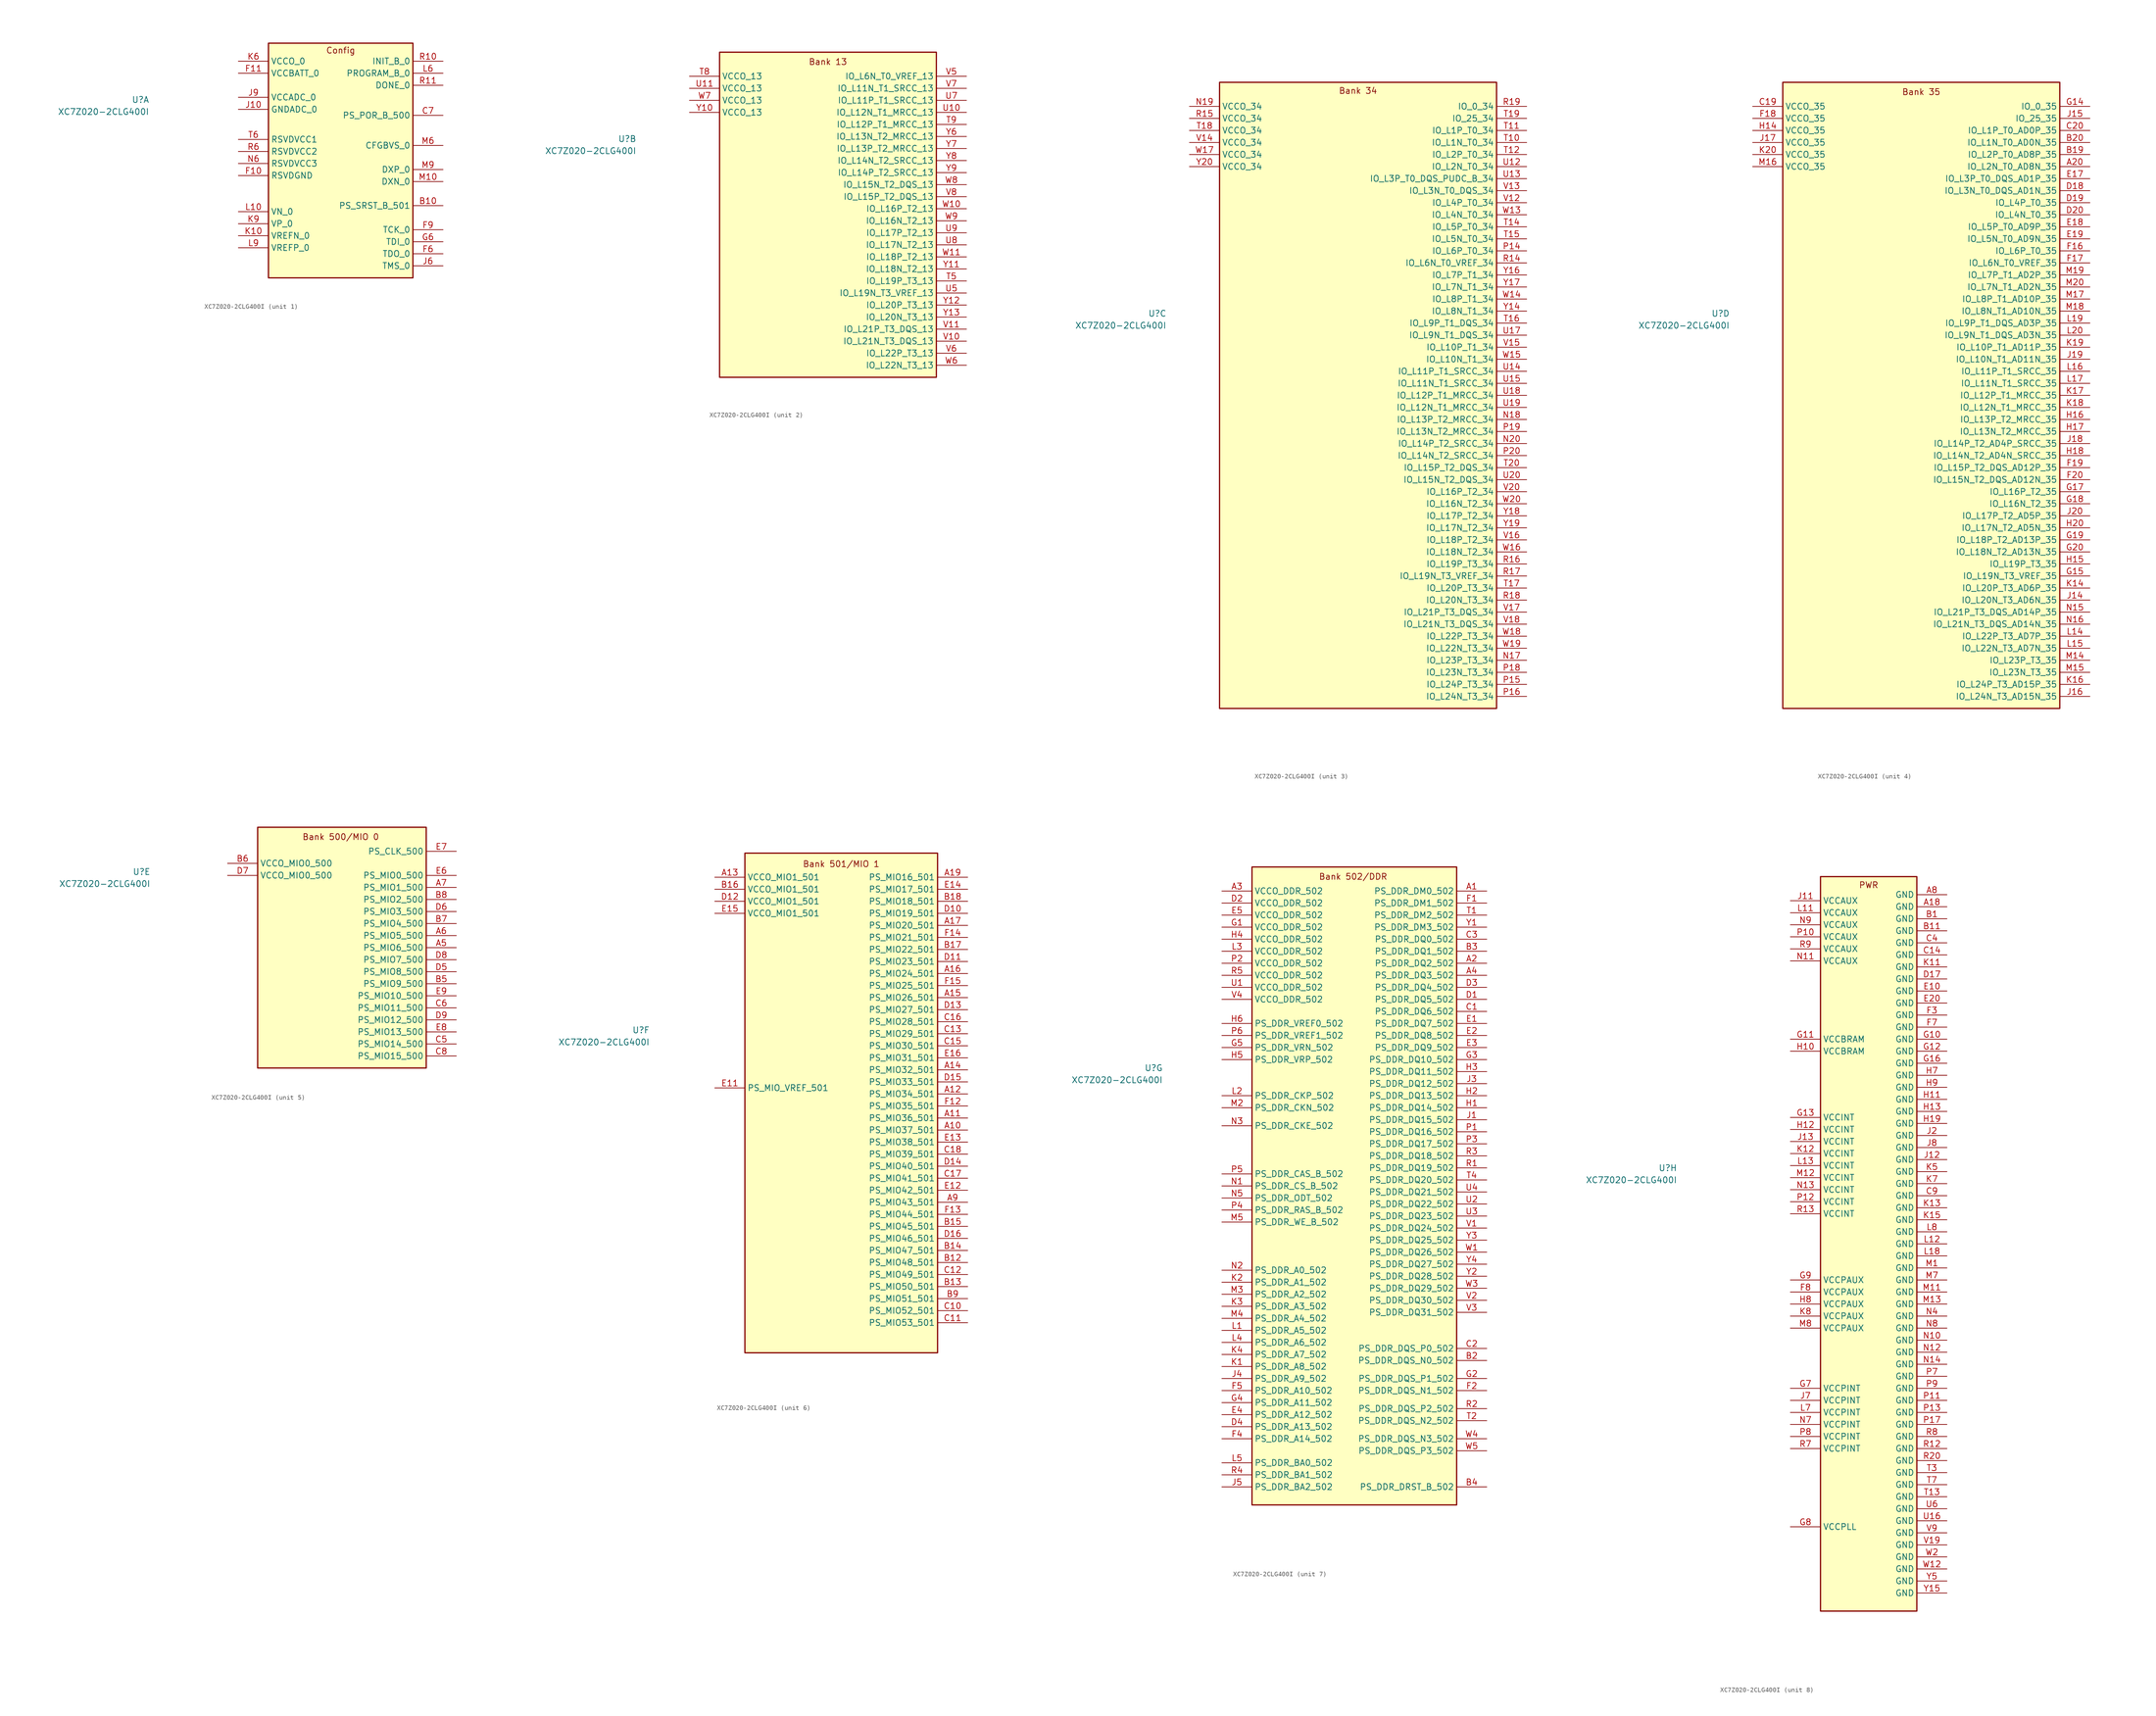
<source format=kicad_sym>
(kicad_symbol_lib
  (version 20241209)
  (generator "kicad_symbol_editor")
  (generator_version "9.0")
  (symbol "XC7Z020-2CLG400I"
    (property "Reference" "U"
      (at -40.386 17.272 0)
      (effects (font (size 1.27 1.27)) (justify right)))
    (property "Value" "XC7Z020-2CLG400I"
      (at -40.386 14.732 0)
      (effects (font (size 1.27 1.27)) (justify right)))
    (property "ki_locked" ""
      (at 0 0 0)
      (effects (font (size 1.27 1.27))))
    (symbol "XC7Z020-2CLG400I_1_1"
      (rectangle (start -15.24 29.21) (end 15.24 -20.32) (stroke (width 0.254) (type solid)) (fill (type background)))
      (text "Config" (at 0 27.686 0) (effects (font (size 1.27 1.27))))
      (pin power_in line (at -21.59 25.4 0) (length 6.35) (name "VCCO_0" (effects (font (size 1.27 1.27)))) (number "K6" (effects (font (size 1.27 1.27)))))
      (pin power_in line (at -21.59 22.86 0) (length 6.35) (name "VCCBATT_0" (effects (font (size 1.27 1.27)))) (number "F11" (effects (font (size 1.27 1.27)))))
      (pin power_in line (at -21.59 17.78 0) (length 6.35) (name "VCCADC_0" (effects (font (size 1.27 1.27)))) (number "J9" (effects (font (size 1.27 1.27)))))
      (pin power_in line (at -21.59 15.24 0) (length 6.35) (name "GNDADC_0" (effects (font (size 1.27 1.27)))) (number "J10" (effects (font (size 1.27 1.27)))))
      (pin bidirectional line (at -21.59 8.89 0) (length 6.35) (name "RSVDVCC1" (effects (font (size 1.27 1.27)))) (number "T6" (effects (font (size 1.27 1.27)))))
      (pin bidirectional line (at -21.59 6.35 0) (length 6.35) (name "RSVDVCC2" (effects (font (size 1.27 1.27)))) (number "R6" (effects (font (size 1.27 1.27)))))
      (pin bidirectional line (at -21.59 3.81 0) (length 6.35) (name "RSVDVCC3" (effects (font (size 1.27 1.27)))) (number "N6" (effects (font (size 1.27 1.27)))))
      (pin bidirectional line (at -21.59 1.27 0) (length 6.35) (name "RSVDGND" (effects (font (size 1.27 1.27)))) (number "F10" (effects (font (size 1.27 1.27)))))
      (pin power_in line (at -21.59 -6.35 0) (length 6.35) (name "VN_0" (effects (font (size 1.27 1.27)))) (number "L10" (effects (font (size 1.27 1.27)))))
      (pin power_in line (at -21.59 -8.89 0) (length 6.35) (name "VP_0" (effects (font (size 1.27 1.27)))) (number "K9" (effects (font (size 1.27 1.27)))))
      (pin power_in line (at -21.59 -11.43 0) (length 6.35) (name "VREFN_0" (effects (font (size 1.27 1.27)))) (number "K10" (effects (font (size 1.27 1.27)))))
      (pin power_in line (at -21.59 -13.97 0) (length 6.35) (name "VREFP_0" (effects (font (size 1.27 1.27)))) (number "L9" (effects (font (size 1.27 1.27)))))
      (pin bidirectional line (at 21.59 25.4 180) (length 6.35) (name "INIT_B_0" (effects (font (size 1.27 1.27)))) (number "R10" (effects (font (size 1.27 1.27)))))
      (pin bidirectional line (at 21.59 22.86 180) (length 6.35) (name "PROGRAM_B_0" (effects (font (size 1.27 1.27)))) (number "L6" (effects (font (size 1.27 1.27)))))
      (pin bidirectional line (at 21.59 20.32 180) (length 6.35) (name "DONE_0" (effects (font (size 1.27 1.27)))) (number "R11" (effects (font (size 1.27 1.27)))))
      (pin bidirectional line (at 21.59 13.97 180) (length 6.35) (name "PS_POR_B_500" (effects (font (size 1.27 1.27)))) (number "C7" (effects (font (size 1.27 1.27)))))
      (pin bidirectional line (at 21.59 7.62 180) (length 6.35) (name "CFGBVS_0" (effects (font (size 1.27 1.27)))) (number "M6" (effects (font (size 1.27 1.27)))))
      (pin bidirectional line (at 21.59 2.54 180) (length 6.35) (name "DXP_0" (effects (font (size 1.27 1.27)))) (number "M9" (effects (font (size 1.27 1.27)))))
      (pin bidirectional line (at 21.59 0 180) (length 6.35) (name "DXN_0" (effects (font (size 1.27 1.27)))) (number "M10" (effects (font (size 1.27 1.27)))))
      (pin bidirectional line (at 21.59 -5.08 180) (length 6.35) (name "PS_SRST_B_501" (effects (font (size 1.27 1.27)))) (number "B10" (effects (font (size 1.27 1.27)))))
      (pin bidirectional line (at 21.59 -10.16 180) (length 6.35) (name "TCK_0" (effects (font (size 1.27 1.27)))) (number "F9" (effects (font (size 1.27 1.27)))))
      (pin bidirectional line (at 21.59 -12.7 180) (length 6.35) (name "TDI_0" (effects (font (size 1.27 1.27)))) (number "G6" (effects (font (size 1.27 1.27)))))
      (pin bidirectional line (at 21.59 -15.24 180) (length 6.35) (name "TDO_0" (effects (font (size 1.27 1.27)))) (number "F6" (effects (font (size 1.27 1.27)))))
      (pin bidirectional line (at 21.59 -17.78 180) (length 6.35) (name "TMS_0" (effects (font (size 1.27 1.27)))) (number "J6" (effects (font (size 1.27 1.27))))))
    (symbol "XC7Z020-2CLG400I_2_1"
      (rectangle (start -22.86 35.56) (end 22.86 -33.02) (stroke (width 0.254) (type solid)) (fill (type background)))
      (text "Bank 13" (at 0 33.528 0) (effects (font (size 1.27 1.27))))
      (pin power_in line (at -29.21 30.48 0) (length 6.35) (name "VCCO_13" (effects (font (size 1.27 1.27)))) (number "T8" (effects (font (size 1.27 1.27)))))
      (pin power_in line (at -29.21 27.94 0) (length 6.35) (name "VCCO_13" (effects (font (size 1.27 1.27)))) (number "U11" (effects (font (size 1.27 1.27)))))
      (pin power_in line (at -29.21 25.4 0) (length 6.35) (name "VCCO_13" (effects (font (size 1.27 1.27)))) (number "W7" (effects (font (size 1.27 1.27)))))
      (pin power_in line (at -29.21 22.86 0) (length 6.35) (name "VCCO_13" (effects (font (size 1.27 1.27)))) (number "Y10" (effects (font (size 1.27 1.27)))))
      (pin bidirectional line (at 29.21 30.48 180) (length 6.35) (name "IO_L6N_T0_VREF_13" (effects (font (size 1.27 1.27)))) (number "V5" (effects (font (size 1.27 1.27)))))
      (pin bidirectional line (at 29.21 27.94 180) (length 6.35) (name "IO_L11N_T1_SRCC_13" (effects (font (size 1.27 1.27)))) (number "V7" (effects (font (size 1.27 1.27)))))
      (pin bidirectional line (at 29.21 25.4 180) (length 6.35) (name "IO_L11P_T1_SRCC_13" (effects (font (size 1.27 1.27)))) (number "U7" (effects (font (size 1.27 1.27)))))
      (pin bidirectional line (at 29.21 22.86 180) (length 6.35) (name "IO_L12N_T1_MRCC_13" (effects (font (size 1.27 1.27)))) (number "U10" (effects (font (size 1.27 1.27)))))
      (pin bidirectional line (at 29.21 20.32 180) (length 6.35) (name "IO_L12P_T1_MRCC_13" (effects (font (size 1.27 1.27)))) (number "T9" (effects (font (size 1.27 1.27)))))
      (pin bidirectional line (at 29.21 17.78 180) (length 6.35) (name "IO_L13N_T2_MRCC_13" (effects (font (size 1.27 1.27)))) (number "Y6" (effects (font (size 1.27 1.27)))))
      (pin bidirectional line (at 29.21 15.24 180) (length 6.35) (name "IO_L13P_T2_MRCC_13" (effects (font (size 1.27 1.27)))) (number "Y7" (effects (font (size 1.27 1.27)))))
      (pin bidirectional line (at 29.21 12.7 180) (length 6.35) (name "IO_L14N_T2_SRCC_13" (effects (font (size 1.27 1.27)))) (number "Y8" (effects (font (size 1.27 1.27)))))
      (pin bidirectional line (at 29.21 10.16 180) (length 6.35) (name "IO_L14P_T2_SRCC_13" (effects (font (size 1.27 1.27)))) (number "Y9" (effects (font (size 1.27 1.27)))))
      (pin bidirectional line (at 29.21 7.62 180) (length 6.35) (name "IO_L15N_T2_DQS_13" (effects (font (size 1.27 1.27)))) (number "W8" (effects (font (size 1.27 1.27)))))
      (pin bidirectional line (at 29.21 5.08 180) (length 6.35) (name "IO_L15P_T2_DQS_13" (effects (font (size 1.27 1.27)))) (number "V8" (effects (font (size 1.27 1.27)))))
      (pin bidirectional line (at 29.21 2.54 180) (length 6.35) (name "IO_L16P_T2_13" (effects (font (size 1.27 1.27)))) (number "W10" (effects (font (size 1.27 1.27)))))
      (pin bidirectional line (at 29.21 0 180) (length 6.35) (name "IO_L16N_T2_13" (effects (font (size 1.27 1.27)))) (number "W9" (effects (font (size 1.27 1.27)))))
      (pin bidirectional line (at 29.21 -2.54 180) (length 6.35) (name "IO_L17P_T2_13" (effects (font (size 1.27 1.27)))) (number "U9" (effects (font (size 1.27 1.27)))))
      (pin bidirectional line (at 29.21 -5.08 180) (length 6.35) (name "IO_L17N_T2_13" (effects (font (size 1.27 1.27)))) (number "U8" (effects (font (size 1.27 1.27)))))
      (pin bidirectional line (at 29.21 -7.62 180) (length 6.35) (name "IO_L18P_T2_13" (effects (font (size 1.27 1.27)))) (number "W11" (effects (font (size 1.27 1.27)))))
      (pin bidirectional line (at 29.21 -10.16 180) (length 6.35) (name "IO_L18N_T2_13" (effects (font (size 1.27 1.27)))) (number "Y11" (effects (font (size 1.27 1.27)))))
      (pin bidirectional line (at 29.21 -12.7 180) (length 6.35) (name "IO_L19P_T3_13" (effects (font (size 1.27 1.27)))) (number "T5" (effects (font (size 1.27 1.27)))))
      (pin bidirectional line (at 29.21 -15.24 180) (length 6.35) (name "IO_L19N_T3_VREF_13" (effects (font (size 1.27 1.27)))) (number "U5" (effects (font (size 1.27 1.27)))))
      (pin bidirectional line (at 29.21 -17.78 180) (length 6.35) (name "IO_L20P_T3_13" (effects (font (size 1.27 1.27)))) (number "Y12" (effects (font (size 1.27 1.27)))))
      (pin bidirectional line (at 29.21 -20.32 180) (length 6.35) (name "IO_L20N_T3_13" (effects (font (size 1.27 1.27)))) (number "Y13" (effects (font (size 1.27 1.27)))))
      (pin bidirectional line (at 29.21 -22.86 180) (length 6.35) (name "IO_L21P_T3_DQS_13" (effects (font (size 1.27 1.27)))) (number "V11" (effects (font (size 1.27 1.27)))))
      (pin bidirectional line (at 29.21 -25.4 180) (length 6.35) (name "IO_L21N_T3_DQS_13" (effects (font (size 1.27 1.27)))) (number "V10" (effects (font (size 1.27 1.27)))))
      (pin bidirectional line (at 29.21 -27.94 180) (length 6.35) (name "IO_L22P_T3_13" (effects (font (size 1.27 1.27)))) (number "V6" (effects (font (size 1.27 1.27)))))
      (pin bidirectional line (at 29.21 -30.48 180) (length 6.35) (name "IO_L22N_T3_13" (effects (font (size 1.27 1.27)))) (number "W6" (effects (font (size 1.27 1.27))))))
    (symbol "XC7Z020-2CLG400I_3_1"
      (rectangle (start -29.21 66.04) (end 29.21 -66.04) (stroke (width 0.254) (type solid)) (fill (type background)))
      (text "Bank 34" (at 0 64.262 0) (effects (font (size 1.27 1.27))))
      (pin power_in line (at -35.56 60.96 0) (length 6.35) (name "VCCO_34" (effects (font (size 1.27 1.27)))) (number "N19" (effects (font (size 1.27 1.27)))))
      (pin power_in line (at -35.56 58.42 0) (length 6.35) (name "VCCO_34" (effects (font (size 1.27 1.27)))) (number "R15" (effects (font (size 1.27 1.27)))))
      (pin power_in line (at -35.56 55.88 0) (length 6.35) (name "VCCO_34" (effects (font (size 1.27 1.27)))) (number "T18" (effects (font (size 1.27 1.27)))))
      (pin power_in line (at -35.56 53.34 0) (length 6.35) (name "VCCO_34" (effects (font (size 1.27 1.27)))) (number "V14" (effects (font (size 1.27 1.27)))))
      (pin power_in line (at -35.56 50.8 0) (length 6.35) (name "VCCO_34" (effects (font (size 1.27 1.27)))) (number "W17" (effects (font (size 1.27 1.27)))))
      (pin power_in line (at -35.56 48.26 0) (length 6.35) (name "VCCO_34" (effects (font (size 1.27 1.27)))) (number "Y20" (effects (font (size 1.27 1.27)))))
      (pin bidirectional line (at 35.56 60.96 180) (length 6.35) (name "IO_0_34" (effects (font (size 1.27 1.27)))) (number "R19" (effects (font (size 1.27 1.27)))))
      (pin bidirectional line (at 35.56 58.42 180) (length 6.35) (name "IO_25_34" (effects (font (size 1.27 1.27)))) (number "T19" (effects (font (size 1.27 1.27)))))
      (pin bidirectional line (at 35.56 55.88 180) (length 6.35) (name "IO_L1P_T0_34" (effects (font (size 1.27 1.27)))) (number "T11" (effects (font (size 1.27 1.27)))))
      (pin bidirectional line (at 35.56 53.34 180) (length 6.35) (name "IO_L1N_T0_34" (effects (font (size 1.27 1.27)))) (number "T10" (effects (font (size 1.27 1.27)))))
      (pin bidirectional line (at 35.56 50.8 180) (length 6.35) (name "IO_L2P_T0_34" (effects (font (size 1.27 1.27)))) (number "T12" (effects (font (size 1.27 1.27)))))
      (pin bidirectional line (at 35.56 48.26 180) (length 6.35) (name "IO_L2N_T0_34" (effects (font (size 1.27 1.27)))) (number "U12" (effects (font (size 1.27 1.27)))))
      (pin bidirectional line (at 35.56 45.72 180) (length 6.35) (name "IO_L3P_T0_DQS_PUDC_B_34" (effects (font (size 1.27 1.27)))) (number "U13" (effects (font (size 1.27 1.27)))))
      (pin bidirectional line (at 35.56 43.18 180) (length 6.35) (name "IO_L3N_T0_DQS_34" (effects (font (size 1.27 1.27)))) (number "V13" (effects (font (size 1.27 1.27)))))
      (pin bidirectional line (at 35.56 40.64 180) (length 6.35) (name "IO_L4P_T0_34" (effects (font (size 1.27 1.27)))) (number "V12" (effects (font (size 1.27 1.27)))))
      (pin bidirectional line (at 35.56 38.1 180) (length 6.35) (name "IO_L4N_T0_34" (effects (font (size 1.27 1.27)))) (number "W13" (effects (font (size 1.27 1.27)))))
      (pin bidirectional line (at 35.56 35.56 180) (length 6.35) (name "IO_L5P_T0_34" (effects (font (size 1.27 1.27)))) (number "T14" (effects (font (size 1.27 1.27)))))
      (pin bidirectional line (at 35.56 33.02 180) (length 6.35) (name "IO_L5N_T0_34" (effects (font (size 1.27 1.27)))) (number "T15" (effects (font (size 1.27 1.27)))))
      (pin bidirectional line (at 35.56 30.48 180) (length 6.35) (name "IO_L6P_T0_34" (effects (font (size 1.27 1.27)))) (number "P14" (effects (font (size 1.27 1.27)))))
      (pin bidirectional line (at 35.56 27.94 180) (length 6.35) (name "IO_L6N_T0_VREF_34" (effects (font (size 1.27 1.27)))) (number "R14" (effects (font (size 1.27 1.27)))))
      (pin bidirectional line (at 35.56 25.4 180) (length 6.35) (name "IO_L7P_T1_34" (effects (font (size 1.27 1.27)))) (number "Y16" (effects (font (size 1.27 1.27)))))
      (pin bidirectional line (at 35.56 22.86 180) (length 6.35) (name "IO_L7N_T1_34" (effects (font (size 1.27 1.27)))) (number "Y17" (effects (font (size 1.27 1.27)))))
      (pin bidirectional line (at 35.56 20.32 180) (length 6.35) (name "IO_L8P_T1_34" (effects (font (size 1.27 1.27)))) (number "W14" (effects (font (size 1.27 1.27)))))
      (pin bidirectional line (at 35.56 17.78 180) (length 6.35) (name "IO_L8N_T1_34" (effects (font (size 1.27 1.27)))) (number "Y14" (effects (font (size 1.27 1.27)))))
      (pin bidirectional line (at 35.56 15.24 180) (length 6.35) (name "IO_L9P_T1_DQS_34" (effects (font (size 1.27 1.27)))) (number "T16" (effects (font (size 1.27 1.27)))))
      (pin bidirectional line (at 35.56 12.7 180) (length 6.35) (name "IO_L9N_T1_DQS_34" (effects (font (size 1.27 1.27)))) (number "U17" (effects (font (size 1.27 1.27)))))
      (pin bidirectional line (at 35.56 10.16 180) (length 6.35) (name "IO_L10P_T1_34" (effects (font (size 1.27 1.27)))) (number "V15" (effects (font (size 1.27 1.27)))))
      (pin bidirectional line (at 35.56 7.62 180) (length 6.35) (name "IO_L10N_T1_34" (effects (font (size 1.27 1.27)))) (number "W15" (effects (font (size 1.27 1.27)))))
      (pin bidirectional line (at 35.56 5.08 180) (length 6.35) (name "IO_L11P_T1_SRCC_34" (effects (font (size 1.27 1.27)))) (number "U14" (effects (font (size 1.27 1.27)))))
      (pin bidirectional line (at 35.56 2.54 180) (length 6.35) (name "IO_L11N_T1_SRCC_34" (effects (font (size 1.27 1.27)))) (number "U15" (effects (font (size 1.27 1.27)))))
      (pin bidirectional line (at 35.56 0 180) (length 6.35) (name "IO_L12P_T1_MRCC_34" (effects (font (size 1.27 1.27)))) (number "U18" (effects (font (size 1.27 1.27)))))
      (pin bidirectional line (at 35.56 -2.54 180) (length 6.35) (name "IO_L12N_T1_MRCC_34" (effects (font (size 1.27 1.27)))) (number "U19" (effects (font (size 1.27 1.27)))))
      (pin bidirectional line (at 35.56 -5.08 180) (length 6.35) (name "IO_L13P_T2_MRCC_34" (effects (font (size 1.27 1.27)))) (number "N18" (effects (font (size 1.27 1.27)))))
      (pin bidirectional line (at 35.56 -7.62 180) (length 6.35) (name "IO_L13N_T2_MRCC_34" (effects (font (size 1.27 1.27)))) (number "P19" (effects (font (size 1.27 1.27)))))
      (pin bidirectional line (at 35.56 -10.16 180) (length 6.35) (name "IO_L14P_T2_SRCC_34" (effects (font (size 1.27 1.27)))) (number "N20" (effects (font (size 1.27 1.27)))))
      (pin bidirectional line (at 35.56 -12.7 180) (length 6.35) (name "IO_L14N_T2_SRCC_34" (effects (font (size 1.27 1.27)))) (number "P20" (effects (font (size 1.27 1.27)))))
      (pin bidirectional line (at 35.56 -15.24 180) (length 6.35) (name "IO_L15P_T2_DQS_34" (effects (font (size 1.27 1.27)))) (number "T20" (effects (font (size 1.27 1.27)))))
      (pin bidirectional line (at 35.56 -17.78 180) (length 6.35) (name "IO_L15N_T2_DQS_34" (effects (font (size 1.27 1.27)))) (number "U20" (effects (font (size 1.27 1.27)))))
      (pin bidirectional line (at 35.56 -20.32 180) (length 6.35) (name "IO_L16P_T2_34" (effects (font (size 1.27 1.27)))) (number "V20" (effects (font (size 1.27 1.27)))))
      (pin bidirectional line (at 35.56 -22.86 180) (length 6.35) (name "IO_L16N_T2_34" (effects (font (size 1.27 1.27)))) (number "W20" (effects (font (size 1.27 1.27)))))
      (pin bidirectional line (at 35.56 -25.4 180) (length 6.35) (name "IO_L17P_T2_34" (effects (font (size 1.27 1.27)))) (number "Y18" (effects (font (size 1.27 1.27)))))
      (pin bidirectional line (at 35.56 -27.94 180) (length 6.35) (name "IO_L17N_T2_34" (effects (font (size 1.27 1.27)))) (number "Y19" (effects (font (size 1.27 1.27)))))
      (pin bidirectional line (at 35.56 -30.48 180) (length 6.35) (name "IO_L18P_T2_34" (effects (font (size 1.27 1.27)))) (number "V16" (effects (font (size 1.27 1.27)))))
      (pin bidirectional line (at 35.56 -33.02 180) (length 6.35) (name "IO_L18N_T2_34" (effects (font (size 1.27 1.27)))) (number "W16" (effects (font (size 1.27 1.27)))))
      (pin bidirectional line (at 35.56 -35.56 180) (length 6.35) (name "IO_L19P_T3_34" (effects (font (size 1.27 1.27)))) (number "R16" (effects (font (size 1.27 1.27)))))
      (pin bidirectional line (at 35.56 -38.1 180) (length 6.35) (name "IO_L19N_T3_VREF_34" (effects (font (size 1.27 1.27)))) (number "R17" (effects (font (size 1.27 1.27)))))
      (pin bidirectional line (at 35.56 -40.64 180) (length 6.35) (name "IO_L20P_T3_34" (effects (font (size 1.27 1.27)))) (number "T17" (effects (font (size 1.27 1.27)))))
      (pin bidirectional line (at 35.56 -43.18 180) (length 6.35) (name "IO_L20N_T3_34" (effects (font (size 1.27 1.27)))) (number "R18" (effects (font (size 1.27 1.27)))))
      (pin bidirectional line (at 35.56 -45.72 180) (length 6.35) (name "IO_L21P_T3_DQS_34" (effects (font (size 1.27 1.27)))) (number "V17" (effects (font (size 1.27 1.27)))))
      (pin bidirectional line (at 35.56 -48.26 180) (length 6.35) (name "IO_L21N_T3_DQS_34" (effects (font (size 1.27 1.27)))) (number "V18" (effects (font (size 1.27 1.27)))))
      (pin bidirectional line (at 35.56 -50.8 180) (length 6.35) (name "IO_L22P_T3_34" (effects (font (size 1.27 1.27)))) (number "W18" (effects (font (size 1.27 1.27)))))
      (pin bidirectional line (at 35.56 -53.34 180) (length 6.35) (name "IO_L22N_T3_34" (effects (font (size 1.27 1.27)))) (number "W19" (effects (font (size 1.27 1.27)))))
      (pin bidirectional line (at 35.56 -55.88 180) (length 6.35) (name "IO_L23P_T3_34" (effects (font (size 1.27 1.27)))) (number "N17" (effects (font (size 1.27 1.27)))))
      (pin bidirectional line (at 35.56 -58.42 180) (length 6.35) (name "IO_L23N_T3_34" (effects (font (size 1.27 1.27)))) (number "P18" (effects (font (size 1.27 1.27)))))
      (pin bidirectional line (at 35.56 -60.96 180) (length 6.35) (name "IO_L24P_T3_34" (effects (font (size 1.27 1.27)))) (number "P15" (effects (font (size 1.27 1.27)))))
      (pin bidirectional line (at 35.56 -63.5 180) (length 6.35) (name "IO_L24N_T3_34" (effects (font (size 1.27 1.27)))) (number "P16" (effects (font (size 1.27 1.27))))))
    (symbol "XC7Z020-2CLG400I_4_1"
      (rectangle (start -29.21 66.04) (end 29.21 -66.04) (stroke (width 0.254) (type solid)) (fill (type background)))
      (text "Bank 35" (at 0 64.008 0) (effects (font (size 1.27 1.27))))
      (pin power_in line (at -35.56 60.96 0) (length 6.35) (name "VCCO_35" (effects (font (size 1.27 1.27)))) (number "C19" (effects (font (size 1.27 1.27)))))
      (pin power_in line (at -35.56 58.42 0) (length 6.35) (name "VCCO_35" (effects (font (size 1.27 1.27)))) (number "F18" (effects (font (size 1.27 1.27)))))
      (pin power_in line (at -35.56 55.88 0) (length 6.35) (name "VCCO_35" (effects (font (size 1.27 1.27)))) (number "H14" (effects (font (size 1.27 1.27)))))
      (pin power_in line (at -35.56 53.34 0) (length 6.35) (name "VCCO_35" (effects (font (size 1.27 1.27)))) (number "J17" (effects (font (size 1.27 1.27)))))
      (pin power_in line (at -35.56 50.8 0) (length 6.35) (name "VCCO_35" (effects (font (size 1.27 1.27)))) (number "K20" (effects (font (size 1.27 1.27)))))
      (pin power_in line (at -35.56 48.26 0) (length 6.35) (name "VCCO_35" (effects (font (size 1.27 1.27)))) (number "M16" (effects (font (size 1.27 1.27)))))
      (pin bidirectional line (at 35.56 60.96 180) (length 6.35) (name "IO_0_35" (effects (font (size 1.27 1.27)))) (number "G14" (effects (font (size 1.27 1.27)))))
      (pin bidirectional line (at 35.56 58.42 180) (length 6.35) (name "IO_25_35" (effects (font (size 1.27 1.27)))) (number "J15" (effects (font (size 1.27 1.27)))))
      (pin bidirectional line (at 35.56 55.88 180) (length 6.35) (name "IO_L1P_T0_AD0P_35" (effects (font (size 1.27 1.27)))) (number "C20" (effects (font (size 1.27 1.27)))))
      (pin bidirectional line (at 35.56 53.34 180) (length 6.35) (name "IO_L1N_T0_AD0N_35" (effects (font (size 1.27 1.27)))) (number "B20" (effects (font (size 1.27 1.27)))))
      (pin bidirectional line (at 35.56 50.8 180) (length 6.35) (name "IO_L2P_T0_AD8P_35" (effects (font (size 1.27 1.27)))) (number "B19" (effects (font (size 1.27 1.27)))))
      (pin bidirectional line (at 35.56 48.26 180) (length 6.35) (name "IO_L2N_T0_AD8N_35" (effects (font (size 1.27 1.27)))) (number "A20" (effects (font (size 1.27 1.27)))))
      (pin bidirectional line (at 35.56 45.72 180) (length 6.35) (name "IO_L3P_T0_DQS_AD1P_35" (effects (font (size 1.27 1.27)))) (number "E17" (effects (font (size 1.27 1.27)))))
      (pin bidirectional line (at 35.56 43.18 180) (length 6.35) (name "IO_L3N_T0_DQS_AD1N_35" (effects (font (size 1.27 1.27)))) (number "D18" (effects (font (size 1.27 1.27)))))
      (pin bidirectional line (at 35.56 40.64 180) (length 6.35) (name "IO_L4P_T0_35" (effects (font (size 1.27 1.27)))) (number "D19" (effects (font (size 1.27 1.27)))))
      (pin bidirectional line (at 35.56 38.1 180) (length 6.35) (name "IO_L4N_T0_35" (effects (font (size 1.27 1.27)))) (number "D20" (effects (font (size 1.27 1.27)))))
      (pin bidirectional line (at 35.56 35.56 180) (length 6.35) (name "IO_L5P_T0_AD9P_35" (effects (font (size 1.27 1.27)))) (number "E18" (effects (font (size 1.27 1.27)))))
      (pin bidirectional line (at 35.56 33.02 180) (length 6.35) (name "IO_L5N_T0_AD9N_35" (effects (font (size 1.27 1.27)))) (number "E19" (effects (font (size 1.27 1.27)))))
      (pin bidirectional line (at 35.56 30.48 180) (length 6.35) (name "IO_L6P_T0_35" (effects (font (size 1.27 1.27)))) (number "F16" (effects (font (size 1.27 1.27)))))
      (pin bidirectional line (at 35.56 27.94 180) (length 6.35) (name "IO_L6N_T0_VREF_35" (effects (font (size 1.27 1.27)))) (number "F17" (effects (font (size 1.27 1.27)))))
      (pin bidirectional line (at 35.56 25.4 180) (length 6.35) (name "IO_L7P_T1_AD2P_35" (effects (font (size 1.27 1.27)))) (number "M19" (effects (font (size 1.27 1.27)))))
      (pin bidirectional line (at 35.56 22.86 180) (length 6.35) (name "IO_L7N_T1_AD2N_35" (effects (font (size 1.27 1.27)))) (number "M20" (effects (font (size 1.27 1.27)))))
      (pin bidirectional line (at 35.56 20.32 180) (length 6.35) (name "IO_L8P_T1_AD10P_35" (effects (font (size 1.27 1.27)))) (number "M17" (effects (font (size 1.27 1.27)))))
      (pin bidirectional line (at 35.56 17.78 180) (length 6.35) (name "IO_L8N_T1_AD10N_35" (effects (font (size 1.27 1.27)))) (number "M18" (effects (font (size 1.27 1.27)))))
      (pin bidirectional line (at 35.56 15.24 180) (length 6.35) (name "IO_L9P_T1_DQS_AD3P_35" (effects (font (size 1.27 1.27)))) (number "L19" (effects (font (size 1.27 1.27)))))
      (pin bidirectional line (at 35.56 12.7 180) (length 6.35) (name "IO_L9N_T1_DQS_AD3N_35" (effects (font (size 1.27 1.27)))) (number "L20" (effects (font (size 1.27 1.27)))))
      (pin bidirectional line (at 35.56 10.16 180) (length 6.35) (name "IO_L10P_T1_AD11P_35" (effects (font (size 1.27 1.27)))) (number "K19" (effects (font (size 1.27 1.27)))))
      (pin bidirectional line (at 35.56 7.62 180) (length 6.35) (name "IO_L10N_T1_AD11N_35" (effects (font (size 1.27 1.27)))) (number "J19" (effects (font (size 1.27 1.27)))))
      (pin bidirectional line (at 35.56 5.08 180) (length 6.35) (name "IO_L11P_T1_SRCC_35" (effects (font (size 1.27 1.27)))) (number "L16" (effects (font (size 1.27 1.27)))))
      (pin bidirectional line (at 35.56 2.54 180) (length 6.35) (name "IO_L11N_T1_SRCC_35" (effects (font (size 1.27 1.27)))) (number "L17" (effects (font (size 1.27 1.27)))))
      (pin bidirectional line (at 35.56 0 180) (length 6.35) (name "IO_L12P_T1_MRCC_35" (effects (font (size 1.27 1.27)))) (number "K17" (effects (font (size 1.27 1.27)))))
      (pin bidirectional line (at 35.56 -2.54 180) (length 6.35) (name "IO_L12N_T1_MRCC_35" (effects (font (size 1.27 1.27)))) (number "K18" (effects (font (size 1.27 1.27)))))
      (pin bidirectional line (at 35.56 -5.08 180) (length 6.35) (name "IO_L13P_T2_MRCC_35" (effects (font (size 1.27 1.27)))) (number "H16" (effects (font (size 1.27 1.27)))))
      (pin bidirectional line (at 35.56 -7.62 180) (length 6.35) (name "IO_L13N_T2_MRCC_35" (effects (font (size 1.27 1.27)))) (number "H17" (effects (font (size 1.27 1.27)))))
      (pin bidirectional line (at 35.56 -10.16 180) (length 6.35) (name "IO_L14P_T2_AD4P_SRCC_35" (effects (font (size 1.27 1.27)))) (number "J18" (effects (font (size 1.27 1.27)))))
      (pin bidirectional line (at 35.56 -12.7 180) (length 6.35) (name "IO_L14N_T2_AD4N_SRCC_35" (effects (font (size 1.27 1.27)))) (number "H18" (effects (font (size 1.27 1.27)))))
      (pin bidirectional line (at 35.56 -15.24 180) (length 6.35) (name "IO_L15P_T2_DQS_AD12P_35" (effects (font (size 1.27 1.27)))) (number "F19" (effects (font (size 1.27 1.27)))))
      (pin bidirectional line (at 35.56 -17.78 180) (length 6.35) (name "IO_L15N_T2_DQS_AD12N_35" (effects (font (size 1.27 1.27)))) (number "F20" (effects (font (size 1.27 1.27)))))
      (pin bidirectional line (at 35.56 -20.32 180) (length 6.35) (name "IO_L16P_T2_35" (effects (font (size 1.27 1.27)))) (number "G17" (effects (font (size 1.27 1.27)))))
      (pin bidirectional line (at 35.56 -22.86 180) (length 6.35) (name "IO_L16N_T2_35" (effects (font (size 1.27 1.27)))) (number "G18" (effects (font (size 1.27 1.27)))))
      (pin bidirectional line (at 35.56 -25.4 180) (length 6.35) (name "IO_L17P_T2_AD5P_35" (effects (font (size 1.27 1.27)))) (number "J20" (effects (font (size 1.27 1.27)))))
      (pin bidirectional line (at 35.56 -27.94 180) (length 6.35) (name "IO_L17N_T2_AD5N_35" (effects (font (size 1.27 1.27)))) (number "H20" (effects (font (size 1.27 1.27)))))
      (pin bidirectional line (at 35.56 -30.48 180) (length 6.35) (name "IO_L18P_T2_AD13P_35" (effects (font (size 1.27 1.27)))) (number "G19" (effects (font (size 1.27 1.27)))))
      (pin bidirectional line (at 35.56 -33.02 180) (length 6.35) (name "IO_L18N_T2_AD13N_35" (effects (font (size 1.27 1.27)))) (number "G20" (effects (font (size 1.27 1.27)))))
      (pin bidirectional line (at 35.56 -35.56 180) (length 6.35) (name "IO_L19P_T3_35" (effects (font (size 1.27 1.27)))) (number "H15" (effects (font (size 1.27 1.27)))))
      (pin bidirectional line (at 35.56 -38.1 180) (length 6.35) (name "IO_L19N_T3_VREF_35" (effects (font (size 1.27 1.27)))) (number "G15" (effects (font (size 1.27 1.27)))))
      (pin bidirectional line (at 35.56 -40.64 180) (length 6.35) (name "IO_L20P_T3_AD6P_35" (effects (font (size 1.27 1.27)))) (number "K14" (effects (font (size 1.27 1.27)))))
      (pin bidirectional line (at 35.56 -43.18 180) (length 6.35) (name "IO_L20N_T3_AD6N_35" (effects (font (size 1.27 1.27)))) (number "J14" (effects (font (size 1.27 1.27)))))
      (pin bidirectional line (at 35.56 -45.72 180) (length 6.35) (name "IO_L21P_T3_DQS_AD14P_35" (effects (font (size 1.27 1.27)))) (number "N15" (effects (font (size 1.27 1.27)))))
      (pin bidirectional line (at 35.56 -48.26 180) (length 6.35) (name "IO_L21N_T3_DQS_AD14N_35" (effects (font (size 1.27 1.27)))) (number "N16" (effects (font (size 1.27 1.27)))))
      (pin bidirectional line (at 35.56 -50.8 180) (length 6.35) (name "IO_L22P_T3_AD7P_35" (effects (font (size 1.27 1.27)))) (number "L14" (effects (font (size 1.27 1.27)))))
      (pin bidirectional line (at 35.56 -53.34 180) (length 6.35) (name "IO_L22N_T3_AD7N_35" (effects (font (size 1.27 1.27)))) (number "L15" (effects (font (size 1.27 1.27)))))
      (pin bidirectional line (at 35.56 -55.88 180) (length 6.35) (name "IO_L23P_T3_35" (effects (font (size 1.27 1.27)))) (number "M14" (effects (font (size 1.27 1.27)))))
      (pin bidirectional line (at 35.56 -58.42 180) (length 6.35) (name "IO_L23N_T3_35" (effects (font (size 1.27 1.27)))) (number "M15" (effects (font (size 1.27 1.27)))))
      (pin bidirectional line (at 35.56 -60.96 180) (length 6.35) (name "IO_L24P_T3_AD15P_35" (effects (font (size 1.27 1.27)))) (number "K16" (effects (font (size 1.27 1.27)))))
      (pin bidirectional line (at 35.56 -63.5 180) (length 6.35) (name "IO_L24N_T3_AD15N_35" (effects (font (size 1.27 1.27)))) (number "J16" (effects (font (size 1.27 1.27))))))
    (symbol "XC7Z020-2CLG400I_5_1"
      (rectangle (start -17.78 26.67) (end 17.78 -24.13) (stroke (width 0.254) (type solid)) (fill (type background)))
      (text "Bank 500/MIO 0" (at -0.254 24.638 0) (effects (font (size 1.27 1.27))))
      (pin power_in line (at -24.13 19.05 0) (length 6.35) (name "VCCO_MIO0_500" (effects (font (size 1.27 1.27)))) (number "B6" (effects (font (size 1.27 1.27)))))
      (pin power_in line (at -24.13 16.51 0) (length 6.35) (name "VCCO_MIO0_500" (effects (font (size 1.27 1.27)))) (number "D7" (effects (font (size 1.27 1.27)))))
      (pin bidirectional line (at 24.13 21.59 180) (length 6.35) (name "PS_CLK_500" (effects (font (size 1.27 1.27)))) (number "E7" (effects (font (size 1.27 1.27)))))
      (pin bidirectional line (at 24.13 16.51 180) (length 6.35) (name "PS_MIO0_500" (effects (font (size 1.27 1.27)))) (number "E6" (effects (font (size 1.27 1.27)))))
      (pin bidirectional line (at 24.13 13.97 180) (length 6.35) (name "PS_MIO1_500" (effects (font (size 1.27 1.27)))) (number "A7" (effects (font (size 1.27 1.27)))))
      (pin bidirectional line (at 24.13 11.43 180) (length 6.35) (name "PS_MIO2_500" (effects (font (size 1.27 1.27)))) (number "B8" (effects (font (size 1.27 1.27)))))
      (pin bidirectional line (at 24.13 8.89 180) (length 6.35) (name "PS_MIO3_500" (effects (font (size 1.27 1.27)))) (number "D6" (effects (font (size 1.27 1.27)))))
      (pin bidirectional line (at 24.13 6.35 180) (length 6.35) (name "PS_MIO4_500" (effects (font (size 1.27 1.27)))) (number "B7" (effects (font (size 1.27 1.27)))))
      (pin bidirectional line (at 24.13 3.81 180) (length 6.35) (name "PS_MIO5_500" (effects (font (size 1.27 1.27)))) (number "A6" (effects (font (size 1.27 1.27)))))
      (pin bidirectional line (at 24.13 1.27 180) (length 6.35) (name "PS_MIO6_500" (effects (font (size 1.27 1.27)))) (number "A5" (effects (font (size 1.27 1.27)))))
      (pin bidirectional line (at 24.13 -1.27 180) (length 6.35) (name "PS_MIO7_500" (effects (font (size 1.27 1.27)))) (number "D8" (effects (font (size 1.27 1.27)))))
      (pin bidirectional line (at 24.13 -3.81 180) (length 6.35) (name "PS_MIO8_500" (effects (font (size 1.27 1.27)))) (number "D5" (effects (font (size 1.27 1.27)))))
      (pin bidirectional line (at 24.13 -6.35 180) (length 6.35) (name "PS_MIO9_500" (effects (font (size 1.27 1.27)))) (number "B5" (effects (font (size 1.27 1.27)))))
      (pin bidirectional line (at 24.13 -8.89 180) (length 6.35) (name "PS_MIO10_500" (effects (font (size 1.27 1.27)))) (number "E9" (effects (font (size 1.27 1.27)))))
      (pin bidirectional line (at 24.13 -11.43 180) (length 6.35) (name "PS_MIO11_500" (effects (font (size 1.27 1.27)))) (number "C6" (effects (font (size 1.27 1.27)))))
      (pin bidirectional line (at 24.13 -13.97 180) (length 6.35) (name "PS_MIO12_500" (effects (font (size 1.27 1.27)))) (number "D9" (effects (font (size 1.27 1.27)))))
      (pin bidirectional line (at 24.13 -16.51 180) (length 6.35) (name "PS_MIO13_500" (effects (font (size 1.27 1.27)))) (number "E8" (effects (font (size 1.27 1.27)))))
      (pin bidirectional line (at 24.13 -19.05 180) (length 6.35) (name "PS_MIO14_500" (effects (font (size 1.27 1.27)))) (number "C5" (effects (font (size 1.27 1.27)))))
      (pin bidirectional line (at 24.13 -21.59 180) (length 6.35) (name "PS_MIO15_500" (effects (font (size 1.27 1.27)))) (number "C8" (effects (font (size 1.27 1.27))))))
    (symbol "XC7Z020-2CLG400I_6_1"
      (rectangle (start -20.32 54.61) (end 20.32 -50.8) (stroke (width 0.254) (type solid)) (fill (type background)))
      (text "Bank 501/MIO 1" (at 0 52.324 0) (effects (font (size 1.27 1.27))))
      (pin power_in line (at -26.67 49.53 0) (length 6.35) (name "VCCO_MIO1_501" (effects (font (size 1.27 1.27)))) (number "A13" (effects (font (size 1.27 1.27)))))
      (pin power_in line (at -26.67 46.99 0) (length 6.35) (name "VCCO_MIO1_501" (effects (font (size 1.27 1.27)))) (number "B16" (effects (font (size 1.27 1.27)))))
      (pin power_in line (at -26.67 44.45 0) (length 6.35) (name "VCCO_MIO1_501" (effects (font (size 1.27 1.27)))) (number "D12" (effects (font (size 1.27 1.27)))))
      (pin power_in line (at -26.67 41.91 0) (length 6.35) (name "VCCO_MIO1_501" (effects (font (size 1.27 1.27)))) (number "E15" (effects (font (size 1.27 1.27)))))
      (pin power_in line (at -26.67 5.08 0) (length 6.35) (name "PS_MIO_VREF_501" (effects (font (size 1.27 1.27)))) (number "E11" (effects (font (size 1.27 1.27)))))
      (pin bidirectional line (at 26.67 49.53 180) (length 6.35) (name "PS_MIO16_501" (effects (font (size 1.27 1.27)))) (number "A19" (effects (font (size 1.27 1.27)))))
      (pin bidirectional line (at 26.67 46.99 180) (length 6.35) (name "PS_MIO17_501" (effects (font (size 1.27 1.27)))) (number "E14" (effects (font (size 1.27 1.27)))))
      (pin bidirectional line (at 26.67 44.45 180) (length 6.35) (name "PS_MIO18_501" (effects (font (size 1.27 1.27)))) (number "B18" (effects (font (size 1.27 1.27)))))
      (pin bidirectional line (at 26.67 41.91 180) (length 6.35) (name "PS_MIO19_501" (effects (font (size 1.27 1.27)))) (number "D10" (effects (font (size 1.27 1.27)))))
      (pin bidirectional line (at 26.67 39.37 180) (length 6.35) (name "PS_MIO20_501" (effects (font (size 1.27 1.27)))) (number "A17" (effects (font (size 1.27 1.27)))))
      (pin bidirectional line (at 26.67 36.83 180) (length 6.35) (name "PS_MIO21_501" (effects (font (size 1.27 1.27)))) (number "F14" (effects (font (size 1.27 1.27)))))
      (pin bidirectional line (at 26.67 34.29 180) (length 6.35) (name "PS_MIO22_501" (effects (font (size 1.27 1.27)))) (number "B17" (effects (font (size 1.27 1.27)))))
      (pin bidirectional line (at 26.67 31.75 180) (length 6.35) (name "PS_MIO23_501" (effects (font (size 1.27 1.27)))) (number "D11" (effects (font (size 1.27 1.27)))))
      (pin bidirectional line (at 26.67 29.21 180) (length 6.35) (name "PS_MIO24_501" (effects (font (size 1.27 1.27)))) (number "A16" (effects (font (size 1.27 1.27)))))
      (pin bidirectional line (at 26.67 26.67 180) (length 6.35) (name "PS_MIO25_501" (effects (font (size 1.27 1.27)))) (number "F15" (effects (font (size 1.27 1.27)))))
      (pin bidirectional line (at 26.67 24.13 180) (length 6.35) (name "PS_MIO26_501" (effects (font (size 1.27 1.27)))) (number "A15" (effects (font (size 1.27 1.27)))))
      (pin bidirectional line (at 26.67 21.59 180) (length 6.35) (name "PS_MIO27_501" (effects (font (size 1.27 1.27)))) (number "D13" (effects (font (size 1.27 1.27)))))
      (pin bidirectional line (at 26.67 19.05 180) (length 6.35) (name "PS_MIO28_501" (effects (font (size 1.27 1.27)))) (number "C16" (effects (font (size 1.27 1.27)))))
      (pin bidirectional line (at 26.67 16.51 180) (length 6.35) (name "PS_MIO29_501" (effects (font (size 1.27 1.27)))) (number "C13" (effects (font (size 1.27 1.27)))))
      (pin bidirectional line (at 26.67 13.97 180) (length 6.35) (name "PS_MIO30_501" (effects (font (size 1.27 1.27)))) (number "C15" (effects (font (size 1.27 1.27)))))
      (pin bidirectional line (at 26.67 11.43 180) (length 6.35) (name "PS_MIO31_501" (effects (font (size 1.27 1.27)))) (number "E16" (effects (font (size 1.27 1.27)))))
      (pin bidirectional line (at 26.67 8.89 180) (length 6.35) (name "PS_MIO32_501" (effects (font (size 1.27 1.27)))) (number "A14" (effects (font (size 1.27 1.27)))))
      (pin bidirectional line (at 26.67 6.35 180) (length 6.35) (name "PS_MIO33_501" (effects (font (size 1.27 1.27)))) (number "D15" (effects (font (size 1.27 1.27)))))
      (pin bidirectional line (at 26.67 3.81 180) (length 6.35) (name "PS_MIO34_501" (effects (font (size 1.27 1.27)))) (number "A12" (effects (font (size 1.27 1.27)))))
      (pin bidirectional line (at 26.67 1.27 180) (length 6.35) (name "PS_MIO35_501" (effects (font (size 1.27 1.27)))) (number "F12" (effects (font (size 1.27 1.27)))))
      (pin bidirectional line (at 26.67 -1.27 180) (length 6.35) (name "PS_MIO36_501" (effects (font (size 1.27 1.27)))) (number "A11" (effects (font (size 1.27 1.27)))))
      (pin bidirectional line (at 26.67 -3.81 180) (length 6.35) (name "PS_MIO37_501" (effects (font (size 1.27 1.27)))) (number "A10" (effects (font (size 1.27 1.27)))))
      (pin bidirectional line (at 26.67 -6.35 180) (length 6.35) (name "PS_MIO38_501" (effects (font (size 1.27 1.27)))) (number "E13" (effects (font (size 1.27 1.27)))))
      (pin bidirectional line (at 26.67 -8.89 180) (length 6.35) (name "PS_MIO39_501" (effects (font (size 1.27 1.27)))) (number "C18" (effects (font (size 1.27 1.27)))))
      (pin bidirectional line (at 26.67 -11.43 180) (length 6.35) (name "PS_MIO40_501" (effects (font (size 1.27 1.27)))) (number "D14" (effects (font (size 1.27 1.27)))))
      (pin bidirectional line (at 26.67 -13.97 180) (length 6.35) (name "PS_MIO41_501" (effects (font (size 1.27 1.27)))) (number "C17" (effects (font (size 1.27 1.27)))))
      (pin bidirectional line (at 26.67 -16.51 180) (length 6.35) (name "PS_MIO42_501" (effects (font (size 1.27 1.27)))) (number "E12" (effects (font (size 1.27 1.27)))))
      (pin bidirectional line (at 26.67 -19.05 180) (length 6.35) (name "PS_MIO43_501" (effects (font (size 1.27 1.27)))) (number "A9" (effects (font (size 1.27 1.27)))))
      (pin bidirectional line (at 26.67 -21.59 180) (length 6.35) (name "PS_MIO44_501" (effects (font (size 1.27 1.27)))) (number "F13" (effects (font (size 1.27 1.27)))))
      (pin bidirectional line (at 26.67 -24.13 180) (length 6.35) (name "PS_MIO45_501" (effects (font (size 1.27 1.27)))) (number "B15" (effects (font (size 1.27 1.27)))))
      (pin bidirectional line (at 26.67 -26.67 180) (length 6.35) (name "PS_MIO46_501" (effects (font (size 1.27 1.27)))) (number "D16" (effects (font (size 1.27 1.27)))))
      (pin bidirectional line (at 26.67 -29.21 180) (length 6.35) (name "PS_MIO47_501" (effects (font (size 1.27 1.27)))) (number "B14" (effects (font (size 1.27 1.27)))))
      (pin bidirectional line (at 26.67 -31.75 180) (length 6.35) (name "PS_MIO48_501" (effects (font (size 1.27 1.27)))) (number "B12" (effects (font (size 1.27 1.27)))))
      (pin bidirectional line (at 26.67 -34.29 180) (length 6.35) (name "PS_MIO49_501" (effects (font (size 1.27 1.27)))) (number "C12" (effects (font (size 1.27 1.27)))))
      (pin bidirectional line (at 26.67 -36.83 180) (length 6.35) (name "PS_MIO50_501" (effects (font (size 1.27 1.27)))) (number "B13" (effects (font (size 1.27 1.27)))))
      (pin bidirectional line (at 26.67 -39.37 180) (length 6.35) (name "PS_MIO51_501" (effects (font (size 1.27 1.27)))) (number "B9" (effects (font (size 1.27 1.27)))))
      (pin bidirectional line (at 26.67 -41.91 180) (length 6.35) (name "PS_MIO52_501" (effects (font (size 1.27 1.27)))) (number "C10" (effects (font (size 1.27 1.27)))))
      (pin bidirectional line (at 26.67 -44.45 180) (length 6.35) (name "PS_MIO53_501" (effects (font (size 1.27 1.27)))) (number "C11" (effects (font (size 1.27 1.27))))))
    (symbol "XC7Z020-2CLG400I_7_1"
      (rectangle (start -21.59 59.69) (end 21.59 -74.93) (stroke (width 0.254) (type solid)) (fill (type background)))
      (text "Bank 502/DDR" (at -0.254 57.658 0) (effects (font (size 1.27 1.27))))
      (pin power_in line (at -27.94 54.61 0) (length 6.35) (name "VCCO_DDR_502" (effects (font (size 1.27 1.27)))) (number "A3" (effects (font (size 1.27 1.27)))))
      (pin power_in line (at -27.94 52.07 0) (length 6.35) (name "VCCO_DDR_502" (effects (font (size 1.27 1.27)))) (number "D2" (effects (font (size 1.27 1.27)))))
      (pin power_in line (at -27.94 49.53 0) (length 6.35) (name "VCCO_DDR_502" (effects (font (size 1.27 1.27)))) (number "E5" (effects (font (size 1.27 1.27)))))
      (pin power_in line (at -27.94 46.99 0) (length 6.35) (name "VCCO_DDR_502" (effects (font (size 1.27 1.27)))) (number "G1" (effects (font (size 1.27 1.27)))))
      (pin power_in line (at -27.94 44.45 0) (length 6.35) (name "VCCO_DDR_502" (effects (font (size 1.27 1.27)))) (number "H4" (effects (font (size 1.27 1.27)))))
      (pin power_in line (at -27.94 41.91 0) (length 6.35) (name "VCCO_DDR_502" (effects (font (size 1.27 1.27)))) (number "L3" (effects (font (size 1.27 1.27)))))
      (pin power_in line (at -27.94 39.37 0) (length 6.35) (name "VCCO_DDR_502" (effects (font (size 1.27 1.27)))) (number "P2" (effects (font (size 1.27 1.27)))))
      (pin power_in line (at -27.94 36.83 0) (length 6.35) (name "VCCO_DDR_502" (effects (font (size 1.27 1.27)))) (number "R5" (effects (font (size 1.27 1.27)))))
      (pin power_in line (at -27.94 34.29 0) (length 6.35) (name "VCCO_DDR_502" (effects (font (size 1.27 1.27)))) (number "U1" (effects (font (size 1.27 1.27)))))
      (pin power_in line (at -27.94 31.75 0) (length 6.35) (name "VCCO_DDR_502" (effects (font (size 1.27 1.27)))) (number "V4" (effects (font (size 1.27 1.27)))))
      (pin power_in line (at -27.94 26.67 0) (length 6.35) (name "PS_DDR_VREF0_502" (effects (font (size 1.27 1.27)))) (number "H6" (effects (font (size 1.27 1.27)))))
      (pin power_in line (at -27.94 24.13 0) (length 6.35) (name "PS_DDR_VREF1_502" (effects (font (size 1.27 1.27)))) (number "P6" (effects (font (size 1.27 1.27)))))
      (pin bidirectional line (at -27.94 21.59 0) (length 6.35) (name "PS_DDR_VRN_502" (effects (font (size 1.27 1.27)))) (number "G5" (effects (font (size 1.27 1.27)))))
      (pin bidirectional line (at -27.94 19.05 0) (length 6.35) (name "PS_DDR_VRP_502" (effects (font (size 1.27 1.27)))) (number "H5" (effects (font (size 1.27 1.27)))))
      (pin bidirectional line (at -27.94 11.43 0) (length 6.35) (name "PS_DDR_CKP_502" (effects (font (size 1.27 1.27)))) (number "L2" (effects (font (size 1.27 1.27)))))
      (pin bidirectional line (at -27.94 8.89 0) (length 6.35) (name "PS_DDR_CKN_502" (effects (font (size 1.27 1.27)))) (number "M2" (effects (font (size 1.27 1.27)))))
      (pin bidirectional line (at -27.94 5.08 0) (length 6.35) (name "PS_DDR_CKE_502" (effects (font (size 1.27 1.27)))) (number "N3" (effects (font (size 1.27 1.27)))))
      (pin bidirectional line (at -27.94 -5.08 0) (length 6.35) (name "PS_DDR_CAS_B_502" (effects (font (size 1.27 1.27)))) (number "P5" (effects (font (size 1.27 1.27)))))
      (pin bidirectional line (at -27.94 -7.62 0) (length 6.35) (name "PS_DDR_CS_B_502" (effects (font (size 1.27 1.27)))) (number "N1" (effects (font (size 1.27 1.27)))))
      (pin bidirectional line (at -27.94 -10.16 0) (length 6.35) (name "PS_DDR_ODT_502" (effects (font (size 1.27 1.27)))) (number "N5" (effects (font (size 1.27 1.27)))))
      (pin bidirectional line (at -27.94 -12.7 0) (length 6.35) (name "PS_DDR_RAS_B_502" (effects (font (size 1.27 1.27)))) (number "P4" (effects (font (size 1.27 1.27)))))
      (pin bidirectional line (at -27.94 -15.24 0) (length 6.35) (name "PS_DDR_WE_B_502" (effects (font (size 1.27 1.27)))) (number "M5" (effects (font (size 1.27 1.27)))))
      (pin bidirectional line (at -27.94 -25.4 0) (length 6.35) (name "PS_DDR_A0_502" (effects (font (size 1.27 1.27)))) (number "N2" (effects (font (size 1.27 1.27)))))
      (pin bidirectional line (at -27.94 -27.94 0) (length 6.35) (name "PS_DDR_A1_502" (effects (font (size 1.27 1.27)))) (number "K2" (effects (font (size 1.27 1.27)))))
      (pin bidirectional line (at -27.94 -30.48 0) (length 6.35) (name "PS_DDR_A2_502" (effects (font (size 1.27 1.27)))) (number "M3" (effects (font (size 1.27 1.27)))))
      (pin bidirectional line (at -27.94 -33.02 0) (length 6.35) (name "PS_DDR_A3_502" (effects (font (size 1.27 1.27)))) (number "K3" (effects (font (size 1.27 1.27)))))
      (pin bidirectional line (at -27.94 -35.56 0) (length 6.35) (name "PS_DDR_A4_502" (effects (font (size 1.27 1.27)))) (number "M4" (effects (font (size 1.27 1.27)))))
      (pin bidirectional line (at -27.94 -38.1 0) (length 6.35) (name "PS_DDR_A5_502" (effects (font (size 1.27 1.27)))) (number "L1" (effects (font (size 1.27 1.27)))))
      (pin bidirectional line (at -27.94 -40.64 0) (length 6.35) (name "PS_DDR_A6_502" (effects (font (size 1.27 1.27)))) (number "L4" (effects (font (size 1.27 1.27)))))
      (pin bidirectional line (at -27.94 -43.18 0) (length 6.35) (name "PS_DDR_A7_502" (effects (font (size 1.27 1.27)))) (number "K4" (effects (font (size 1.27 1.27)))))
      (pin bidirectional line (at -27.94 -45.72 0) (length 6.35) (name "PS_DDR_A8_502" (effects (font (size 1.27 1.27)))) (number "K1" (effects (font (size 1.27 1.27)))))
      (pin bidirectional line (at -27.94 -48.26 0) (length 6.35) (name "PS_DDR_A9_502" (effects (font (size 1.27 1.27)))) (number "J4" (effects (font (size 1.27 1.27)))))
      (pin bidirectional line (at -27.94 -50.8 0) (length 6.35) (name "PS_DDR_A10_502" (effects (font (size 1.27 1.27)))) (number "F5" (effects (font (size 1.27 1.27)))))
      (pin bidirectional line (at -27.94 -53.34 0) (length 6.35) (name "PS_DDR_A11_502" (effects (font (size 1.27 1.27)))) (number "G4" (effects (font (size 1.27 1.27)))))
      (pin bidirectional line (at -27.94 -55.88 0) (length 6.35) (name "PS_DDR_A12_502" (effects (font (size 1.27 1.27)))) (number "E4" (effects (font (size 1.27 1.27)))))
      (pin bidirectional line (at -27.94 -58.42 0) (length 6.35) (name "PS_DDR_A13_502" (effects (font (size 1.27 1.27)))) (number "D4" (effects (font (size 1.27 1.27)))))
      (pin bidirectional line (at -27.94 -60.96 0) (length 6.35) (name "PS_DDR_A14_502" (effects (font (size 1.27 1.27)))) (number "F4" (effects (font (size 1.27 1.27)))))
      (pin bidirectional line (at -27.94 -66.04 0) (length 6.35) (name "PS_DDR_BA0_502" (effects (font (size 1.27 1.27)))) (number "L5" (effects (font (size 1.27 1.27)))))
      (pin bidirectional line (at -27.94 -68.58 0) (length 6.35) (name "PS_DDR_BA1_502" (effects (font (size 1.27 1.27)))) (number "R4" (effects (font (size 1.27 1.27)))))
      (pin bidirectional line (at -27.94 -71.12 0) (length 6.35) (name "PS_DDR_BA2_502" (effects (font (size 1.27 1.27)))) (number "J5" (effects (font (size 1.27 1.27)))))
      (pin bidirectional line (at 27.94 54.61 180) (length 6.35) (name "PS_DDR_DM0_502" (effects (font (size 1.27 1.27)))) (number "A1" (effects (font (size 1.27 1.27)))))
      (pin bidirectional line (at 27.94 52.07 180) (length 6.35) (name "PS_DDR_DM1_502" (effects (font (size 1.27 1.27)))) (number "F1" (effects (font (size 1.27 1.27)))))
      (pin bidirectional line (at 27.94 49.53 180) (length 6.35) (name "PS_DDR_DM2_502" (effects (font (size 1.27 1.27)))) (number "T1" (effects (font (size 1.27 1.27)))))
      (pin bidirectional line (at 27.94 46.99 180) (length 6.35) (name "PS_DDR_DM3_502" (effects (font (size 1.27 1.27)))) (number "Y1" (effects (font (size 1.27 1.27)))))
      (pin bidirectional line (at 27.94 44.45 180) (length 6.35) (name "PS_DDR_DQ0_502" (effects (font (size 1.27 1.27)))) (number "C3" (effects (font (size 1.27 1.27)))))
      (pin bidirectional line (at 27.94 41.91 180) (length 6.35) (name "PS_DDR_DQ1_502" (effects (font (size 1.27 1.27)))) (number "B3" (effects (font (size 1.27 1.27)))))
      (pin bidirectional line (at 27.94 39.37 180) (length 6.35) (name "PS_DDR_DQ2_502" (effects (font (size 1.27 1.27)))) (number "A2" (effects (font (size 1.27 1.27)))))
      (pin bidirectional line (at 27.94 36.83 180) (length 6.35) (name "PS_DDR_DQ3_502" (effects (font (size 1.27 1.27)))) (number "A4" (effects (font (size 1.27 1.27)))))
      (pin bidirectional line (at 27.94 34.29 180) (length 6.35) (name "PS_DDR_DQ4_502" (effects (font (size 1.27 1.27)))) (number "D3" (effects (font (size 1.27 1.27)))))
      (pin bidirectional line (at 27.94 31.75 180) (length 6.35) (name "PS_DDR_DQ5_502" (effects (font (size 1.27 1.27)))) (number "D1" (effects (font (size 1.27 1.27)))))
      (pin bidirectional line (at 27.94 29.21 180) (length 6.35) (name "PS_DDR_DQ6_502" (effects (font (size 1.27 1.27)))) (number "C1" (effects (font (size 1.27 1.27)))))
      (pin bidirectional line (at 27.94 26.67 180) (length 6.35) (name "PS_DDR_DQ7_502" (effects (font (size 1.27 1.27)))) (number "E1" (effects (font (size 1.27 1.27)))))
      (pin bidirectional line (at 27.94 24.13 180) (length 6.35) (name "PS_DDR_DQ8_502" (effects (font (size 1.27 1.27)))) (number "E2" (effects (font (size 1.27 1.27)))))
      (pin bidirectional line (at 27.94 21.59 180) (length 6.35) (name "PS_DDR_DQ9_502" (effects (font (size 1.27 1.27)))) (number "E3" (effects (font (size 1.27 1.27)))))
      (pin bidirectional line (at 27.94 19.05 180) (length 6.35) (name "PS_DDR_DQ10_502" (effects (font (size 1.27 1.27)))) (number "G3" (effects (font (size 1.27 1.27)))))
      (pin bidirectional line (at 27.94 16.51 180) (length 6.35) (name "PS_DDR_DQ11_502" (effects (font (size 1.27 1.27)))) (number "H3" (effects (font (size 1.27 1.27)))))
      (pin bidirectional line (at 27.94 13.97 180) (length 6.35) (name "PS_DDR_DQ12_502" (effects (font (size 1.27 1.27)))) (number "J3" (effects (font (size 1.27 1.27)))))
      (pin bidirectional line (at 27.94 11.43 180) (length 6.35) (name "PS_DDR_DQ13_502" (effects (font (size 1.27 1.27)))) (number "H2" (effects (font (size 1.27 1.27)))))
      (pin bidirectional line (at 27.94 8.89 180) (length 6.35) (name "PS_DDR_DQ14_502" (effects (font (size 1.27 1.27)))) (number "H1" (effects (font (size 1.27 1.27)))))
      (pin bidirectional line (at 27.94 6.35 180) (length 6.35) (name "PS_DDR_DQ15_502" (effects (font (size 1.27 1.27)))) (number "J1" (effects (font (size 1.27 1.27)))))
      (pin bidirectional line (at 27.94 3.81 180) (length 6.35) (name "PS_DDR_DQ16_502" (effects (font (size 1.27 1.27)))) (number "P1" (effects (font (size 1.27 1.27)))))
      (pin bidirectional line (at 27.94 1.27 180) (length 6.35) (name "PS_DDR_DQ17_502" (effects (font (size 1.27 1.27)))) (number "P3" (effects (font (size 1.27 1.27)))))
      (pin bidirectional line (at 27.94 -1.27 180) (length 6.35) (name "PS_DDR_DQ18_502" (effects (font (size 1.27 1.27)))) (number "R3" (effects (font (size 1.27 1.27)))))
      (pin bidirectional line (at 27.94 -3.81 180) (length 6.35) (name "PS_DDR_DQ19_502" (effects (font (size 1.27 1.27)))) (number "R1" (effects (font (size 1.27 1.27)))))
      (pin bidirectional line (at 27.94 -6.35 180) (length 6.35) (name "PS_DDR_DQ20_502" (effects (font (size 1.27 1.27)))) (number "T4" (effects (font (size 1.27 1.27)))))
      (pin bidirectional line (at 27.94 -8.89 180) (length 6.35) (name "PS_DDR_DQ21_502" (effects (font (size 1.27 1.27)))) (number "U4" (effects (font (size 1.27 1.27)))))
      (pin bidirectional line (at 27.94 -11.43 180) (length 6.35) (name "PS_DDR_DQ22_502" (effects (font (size 1.27 1.27)))) (number "U2" (effects (font (size 1.27 1.27)))))
      (pin bidirectional line (at 27.94 -13.97 180) (length 6.35) (name "PS_DDR_DQ23_502" (effects (font (size 1.27 1.27)))) (number "U3" (effects (font (size 1.27 1.27)))))
      (pin bidirectional line (at 27.94 -16.51 180) (length 6.35) (name "PS_DDR_DQ24_502" (effects (font (size 1.27 1.27)))) (number "V1" (effects (font (size 1.27 1.27)))))
      (pin bidirectional line (at 27.94 -19.05 180) (length 6.35) (name "PS_DDR_DQ25_502" (effects (font (size 1.27 1.27)))) (number "Y3" (effects (font (size 1.27 1.27)))))
      (pin bidirectional line (at 27.94 -21.59 180) (length 6.35) (name "PS_DDR_DQ26_502" (effects (font (size 1.27 1.27)))) (number "W1" (effects (font (size 1.27 1.27)))))
      (pin bidirectional line (at 27.94 -24.13 180) (length 6.35) (name "PS_DDR_DQ27_502" (effects (font (size 1.27 1.27)))) (number "Y4" (effects (font (size 1.27 1.27)))))
      (pin bidirectional line (at 27.94 -26.67 180) (length 6.35) (name "PS_DDR_DQ28_502" (effects (font (size 1.27 1.27)))) (number "Y2" (effects (font (size 1.27 1.27)))))
      (pin bidirectional line (at 27.94 -29.21 180) (length 6.35) (name "PS_DDR_DQ29_502" (effects (font (size 1.27 1.27)))) (number "W3" (effects (font (size 1.27 1.27)))))
      (pin bidirectional line (at 27.94 -31.75 180) (length 6.35) (name "PS_DDR_DQ30_502" (effects (font (size 1.27 1.27)))) (number "V2" (effects (font (size 1.27 1.27)))))
      (pin bidirectional line (at 27.94 -34.29 180) (length 6.35) (name "PS_DDR_DQ31_502" (effects (font (size 1.27 1.27)))) (number "V3" (effects (font (size 1.27 1.27)))))
      (pin bidirectional line (at 27.94 -41.91 180) (length 6.35) (name "PS_DDR_DQS_P0_502" (effects (font (size 1.27 1.27)))) (number "C2" (effects (font (size 1.27 1.27)))))
      (pin bidirectional line (at 27.94 -44.45 180) (length 6.35) (name "PS_DDR_DQS_N0_502" (effects (font (size 1.27 1.27)))) (number "B2" (effects (font (size 1.27 1.27)))))
      (pin bidirectional line (at 27.94 -48.26 180) (length 6.35) (name "PS_DDR_DQS_P1_502" (effects (font (size 1.27 1.27)))) (number "G2" (effects (font (size 1.27 1.27)))))
      (pin bidirectional line (at 27.94 -50.8 180) (length 6.35) (name "PS_DDR_DQS_N1_502" (effects (font (size 1.27 1.27)))) (number "F2" (effects (font (size 1.27 1.27)))))
      (pin bidirectional line (at 27.94 -54.61 180) (length 6.35) (name "PS_DDR_DQS_P2_502" (effects (font (size 1.27 1.27)))) (number "R2" (effects (font (size 1.27 1.27)))))
      (pin bidirectional line (at 27.94 -57.15 180) (length 6.35) (name "PS_DDR_DQS_N2_502" (effects (font (size 1.27 1.27)))) (number "T2" (effects (font (size 1.27 1.27)))))
      (pin bidirectional line (at 27.94 -60.96 180) (length 6.35) (name "PS_DDR_DQS_N3_502" (effects (font (size 1.27 1.27)))) (number "W4" (effects (font (size 1.27 1.27)))))
      (pin bidirectional line (at 27.94 -63.5 180) (length 6.35) (name "PS_DDR_DQS_P3_502" (effects (font (size 1.27 1.27)))) (number "W5" (effects (font (size 1.27 1.27)))))
      (pin bidirectional line (at 27.94 -71.12 180) (length 6.35) (name "PS_DDR_DRST_B_502" (effects (font (size 1.27 1.27)))) (number "B4" (effects (font (size 1.27 1.27))))))
    (symbol "XC7Z020-2CLG400I_8_1"
      (rectangle (start -10.16 78.74) (end 10.16 -76.2) (stroke (width 0.254) (type solid)) (fill (type background)))
      (text "PWR" (at 0 76.962 0) (effects (font (size 1.27 1.27))))
      (pin power_in line (at -16.51 73.66 0) (length 6.35) (name "VCCAUX" (effects (font (size 1.27 1.27)))) (number "J11" (effects (font (size 1.27 1.27)))))
      (pin power_in line (at -16.51 71.12 0) (length 6.35) (name "VCCAUX" (effects (font (size 1.27 1.27)))) (number "L11" (effects (font (size 1.27 1.27)))))
      (pin power_in line (at -16.51 68.58 0) (length 6.35) (name "VCCAUX" (effects (font (size 1.27 1.27)))) (number "N9" (effects (font (size 1.27 1.27)))))
      (pin power_in line (at -16.51 66.04 0) (length 6.35) (name "VCCAUX" (effects (font (size 1.27 1.27)))) (number "P10" (effects (font (size 1.27 1.27)))))
      (pin power_in line (at -16.51 63.5 0) (length 6.35) (name "VCCAUX" (effects (font (size 1.27 1.27)))) (number "R9" (effects (font (size 1.27 1.27)))))
      (pin power_in line (at -16.51 60.96 0) (length 6.35) (name "VCCAUX" (effects (font (size 1.27 1.27)))) (number "N11" (effects (font (size 1.27 1.27)))))
      (pin power_in line (at -16.51 44.45 0) (length 6.35) (name "VCCBRAM" (effects (font (size 1.27 1.27)))) (number "G11" (effects (font (size 1.27 1.27)))))
      (pin power_in line (at -16.51 41.91 0) (length 6.35) (name "VCCBRAM" (effects (font (size 1.27 1.27)))) (number "H10" (effects (font (size 1.27 1.27)))))
      (pin power_in line (at -16.51 27.94 0) (length 6.35) (name "VCCINT" (effects (font (size 1.27 1.27)))) (number "G13" (effects (font (size 1.27 1.27)))))
      (pin power_in line (at -16.51 25.4 0) (length 6.35) (name "VCCINT" (effects (font (size 1.27 1.27)))) (number "H12" (effects (font (size 1.27 1.27)))))
      (pin power_in line (at -16.51 22.86 0) (length 6.35) (name "VCCINT" (effects (font (size 1.27 1.27)))) (number "J13" (effects (font (size 1.27 1.27)))))
      (pin power_in line (at -16.51 20.32 0) (length 6.35) (name "VCCINT" (effects (font (size 1.27 1.27)))) (number "K12" (effects (font (size 1.27 1.27)))))
      (pin power_in line (at -16.51 17.78 0) (length 6.35) (name "VCCINT" (effects (font (size 1.27 1.27)))) (number "L13" (effects (font (size 1.27 1.27)))))
      (pin power_in line (at -16.51 15.24 0) (length 6.35) (name "VCCINT" (effects (font (size 1.27 1.27)))) (number "M12" (effects (font (size 1.27 1.27)))))
      (pin power_in line (at -16.51 12.7 0) (length 6.35) (name "VCCINT" (effects (font (size 1.27 1.27)))) (number "N13" (effects (font (size 1.27 1.27)))))
      (pin power_in line (at -16.51 10.16 0) (length 6.35) (name "VCCINT" (effects (font (size 1.27 1.27)))) (number "P12" (effects (font (size 1.27 1.27)))))
      (pin power_in line (at -16.51 7.62 0) (length 6.35) (name "VCCINT" (effects (font (size 1.27 1.27)))) (number "R13" (effects (font (size 1.27 1.27)))))
      (pin power_in line (at -16.51 -6.35 0) (length 6.35) (name "VCCPAUX" (effects (font (size 1.27 1.27)))) (number "G9" (effects (font (size 1.27 1.27)))))
      (pin power_in line (at -16.51 -8.89 0) (length 6.35) (name "VCCPAUX" (effects (font (size 1.27 1.27)))) (number "F8" (effects (font (size 1.27 1.27)))))
      (pin power_in line (at -16.51 -11.43 0) (length 6.35) (name "VCCPAUX" (effects (font (size 1.27 1.27)))) (number "H8" (effects (font (size 1.27 1.27)))))
      (pin power_in line (at -16.51 -13.97 0) (length 6.35) (name "VCCPAUX" (effects (font (size 1.27 1.27)))) (number "K8" (effects (font (size 1.27 1.27)))))
      (pin power_in line (at -16.51 -16.51 0) (length 6.35) (name "VCCPAUX" (effects (font (size 1.27 1.27)))) (number "M8" (effects (font (size 1.27 1.27)))))
      (pin power_in line (at -16.51 -29.21 0) (length 6.35) (name "VCCPINT" (effects (font (size 1.27 1.27)))) (number "G7" (effects (font (size 1.27 1.27)))))
      (pin power_in line (at -16.51 -31.75 0) (length 6.35) (name "VCCPINT" (effects (font (size 1.27 1.27)))) (number "J7" (effects (font (size 1.27 1.27)))))
      (pin power_in line (at -16.51 -34.29 0) (length 6.35) (name "VCCPINT" (effects (font (size 1.27 1.27)))) (number "L7" (effects (font (size 1.27 1.27)))))
      (pin power_in line (at -16.51 -36.83 0) (length 6.35) (name "VCCPINT" (effects (font (size 1.27 1.27)))) (number "N7" (effects (font (size 1.27 1.27)))))
      (pin power_in line (at -16.51 -39.37 0) (length 6.35) (name "VCCPINT" (effects (font (size 1.27 1.27)))) (number "P8" (effects (font (size 1.27 1.27)))))
      (pin power_in line (at -16.51 -41.91 0) (length 6.35) (name "VCCPINT" (effects (font (size 1.27 1.27)))) (number "R7" (effects (font (size 1.27 1.27)))))
      (pin power_in line (at -16.51 -58.42 0) (length 6.35) (name "VCCPLL" (effects (font (size 1.27 1.27)))) (number "G8" (effects (font (size 1.27 1.27)))))
      (pin power_in line (at 16.51 74.93 180) (length 6.35) (name "GND" (effects (font (size 1.27 1.27)))) (number "A8" (effects (font (size 1.27 1.27)))))
      (pin power_in line (at 16.51 72.39 180) (length 6.35) (name "GND" (effects (font (size 1.27 1.27)))) (number "A18" (effects (font (size 1.27 1.27)))))
      (pin power_in line (at 16.51 69.85 180) (length 6.35) (name "GND" (effects (font (size 1.27 1.27)))) (number "B1" (effects (font (size 1.27 1.27)))))
      (pin power_in line (at 16.51 67.31 180) (length 6.35) (name "GND" (effects (font (size 1.27 1.27)))) (number "B11" (effects (font (size 1.27 1.27)))))
      (pin power_in line (at 16.51 64.77 180) (length 6.35) (name "GND" (effects (font (size 1.27 1.27)))) (number "C4" (effects (font (size 1.27 1.27)))))
      (pin power_in line (at 16.51 62.23 180) (length 6.35) (name "GND" (effects (font (size 1.27 1.27)))) (number "C14" (effects (font (size 1.27 1.27)))))
      (pin power_in line (at 16.51 59.69 180) (length 6.35) (name "GND" (effects (font (size 1.27 1.27)))) (number "K11" (effects (font (size 1.27 1.27)))))
      (pin power_in line (at 16.51 57.15 180) (length 6.35) (name "GND" (effects (font (size 1.27 1.27)))) (number "D17" (effects (font (size 1.27 1.27)))))
      (pin power_in line (at 16.51 54.61 180) (length 6.35) (name "GND" (effects (font (size 1.27 1.27)))) (number "E10" (effects (font (size 1.27 1.27)))))
      (pin power_in line (at 16.51 52.07 180) (length 6.35) (name "GND" (effects (font (size 1.27 1.27)))) (number "E20" (effects (font (size 1.27 1.27)))))
      (pin power_in line (at 16.51 49.53 180) (length 6.35) (name "GND" (effects (font (size 1.27 1.27)))) (number "F3" (effects (font (size 1.27 1.27)))))
      (pin power_in line (at 16.51 46.99 180) (length 6.35) (name "GND" (effects (font (size 1.27 1.27)))) (number "F7" (effects (font (size 1.27 1.27)))))
      (pin power_in line (at 16.51 44.45 180) (length 6.35) (name "GND" (effects (font (size 1.27 1.27)))) (number "G10" (effects (font (size 1.27 1.27)))))
      (pin power_in line (at 16.51 41.91 180) (length 6.35) (name "GND" (effects (font (size 1.27 1.27)))) (number "G12" (effects (font (size 1.27 1.27)))))
      (pin power_in line (at 16.51 39.37 180) (length 6.35) (name "GND" (effects (font (size 1.27 1.27)))) (number "G16" (effects (font (size 1.27 1.27)))))
      (pin power_in line (at 16.51 36.83 180) (length 6.35) (name "GND" (effects (font (size 1.27 1.27)))) (number "H7" (effects (font (size 1.27 1.27)))))
      (pin power_in line (at 16.51 34.29 180) (length 6.35) (name "GND" (effects (font (size 1.27 1.27)))) (number "H9" (effects (font (size 1.27 1.27)))))
      (pin power_in line (at 16.51 31.75 180) (length 6.35) (name "GND" (effects (font (size 1.27 1.27)))) (number "H11" (effects (font (size 1.27 1.27)))))
      (pin power_in line (at 16.51 29.21 180) (length 6.35) (name "GND" (effects (font (size 1.27 1.27)))) (number "H13" (effects (font (size 1.27 1.27)))))
      (pin power_in line (at 16.51 26.67 180) (length 6.35) (name "GND" (effects (font (size 1.27 1.27)))) (number "H19" (effects (font (size 1.27 1.27)))))
      (pin power_in line (at 16.51 24.13 180) (length 6.35) (name "GND" (effects (font (size 1.27 1.27)))) (number "J2" (effects (font (size 1.27 1.27)))))
      (pin power_in line (at 16.51 21.59 180) (length 6.35) (name "GND" (effects (font (size 1.27 1.27)))) (number "J8" (effects (font (size 1.27 1.27)))))
      (pin power_in line (at 16.51 19.05 180) (length 6.35) (name "GND" (effects (font (size 1.27 1.27)))) (number "J12" (effects (font (size 1.27 1.27)))))
      (pin power_in line (at 16.51 16.51 180) (length 6.35) (name "GND" (effects (font (size 1.27 1.27)))) (number "K5" (effects (font (size 1.27 1.27)))))
      (pin power_in line (at 16.51 13.97 180) (length 6.35) (name "GND" (effects (font (size 1.27 1.27)))) (number "K7" (effects (font (size 1.27 1.27)))))
      (pin power_in line (at 16.51 11.43 180) (length 6.35) (name "GND" (effects (font (size 1.27 1.27)))) (number "C9" (effects (font (size 1.27 1.27)))))
      (pin power_in line (at 16.51 8.89 180) (length 6.35) (name "GND" (effects (font (size 1.27 1.27)))) (number "K13" (effects (font (size 1.27 1.27)))))
      (pin power_in line (at 16.51 6.35 180) (length 6.35) (name "GND" (effects (font (size 1.27 1.27)))) (number "K15" (effects (font (size 1.27 1.27)))))
      (pin power_in line (at 16.51 3.81 180) (length 6.35) (name "GND" (effects (font (size 1.27 1.27)))) (number "L8" (effects (font (size 1.27 1.27)))))
      (pin power_in line (at 16.51 1.27 180) (length 6.35) (name "GND" (effects (font (size 1.27 1.27)))) (number "L12" (effects (font (size 1.27 1.27)))))
      (pin power_in line (at 16.51 -1.27 180) (length 6.35) (name "GND" (effects (font (size 1.27 1.27)))) (number "L18" (effects (font (size 1.27 1.27)))))
      (pin power_in line (at 16.51 -3.81 180) (length 6.35) (name "GND" (effects (font (size 1.27 1.27)))) (number "M1" (effects (font (size 1.27 1.27)))))
      (pin power_in line (at 16.51 -6.35 180) (length 6.35) (name "GND" (effects (font (size 1.27 1.27)))) (number "M7" (effects (font (size 1.27 1.27)))))
      (pin power_in line (at 16.51 -8.89 180) (length 6.35) (name "GND" (effects (font (size 1.27 1.27)))) (number "M11" (effects (font (size 1.27 1.27)))))
      (pin power_in line (at 16.51 -11.43 180) (length 6.35) (name "GND" (effects (font (size 1.27 1.27)))) (number "M13" (effects (font (size 1.27 1.27)))))
      (pin power_in line (at 16.51 -13.97 180) (length 6.35) (name "GND" (effects (font (size 1.27 1.27)))) (number "N4" (effects (font (size 1.27 1.27)))))
      (pin power_in line (at 16.51 -16.51 180) (length 6.35) (name "GND" (effects (font (size 1.27 1.27)))) (number "N8" (effects (font (size 1.27 1.27)))))
      (pin power_in line (at 16.51 -19.05 180) (length 6.35) (name "GND" (effects (font (size 1.27 1.27)))) (number "N10" (effects (font (size 1.27 1.27)))))
      (pin power_in line (at 16.51 -21.59 180) (length 6.35) (name "GND" (effects (font (size 1.27 1.27)))) (number "N12" (effects (font (size 1.27 1.27)))))
      (pin power_in line (at 16.51 -24.13 180) (length 6.35) (name "GND" (effects (font (size 1.27 1.27)))) (number "N14" (effects (font (size 1.27 1.27)))))
      (pin power_in line (at 16.51 -26.67 180) (length 6.35) (name "GND" (effects (font (size 1.27 1.27)))) (number "P7" (effects (font (size 1.27 1.27)))))
      (pin power_in line (at 16.51 -29.21 180) (length 6.35) (name "GND" (effects (font (size 1.27 1.27)))) (number "P9" (effects (font (size 1.27 1.27)))))
      (pin power_in line (at 16.51 -31.75 180) (length 6.35) (name "GND" (effects (font (size 1.27 1.27)))) (number "P11" (effects (font (size 1.27 1.27)))))
      (pin power_in line (at 16.51 -34.29 180) (length 6.35) (name "GND" (effects (font (size 1.27 1.27)))) (number "P13" (effects (font (size 1.27 1.27)))))
      (pin power_in line (at 16.51 -36.83 180) (length 6.35) (name "GND" (effects (font (size 1.27 1.27)))) (number "P17" (effects (font (size 1.27 1.27)))))
      (pin power_in line (at 16.51 -39.37 180) (length 6.35) (name "GND" (effects (font (size 1.27 1.27)))) (number "R8" (effects (font (size 1.27 1.27)))))
      (pin power_in line (at 16.51 -41.91 180) (length 6.35) (name "GND" (effects (font (size 1.27 1.27)))) (number "R12" (effects (font (size 1.27 1.27)))))
      (pin power_in line (at 16.51 -44.45 180) (length 6.35) (name "GND" (effects (font (size 1.27 1.27)))) (number "R20" (effects (font (size 1.27 1.27)))))
      (pin power_in line (at 16.51 -46.99 180) (length 6.35) (name "GND" (effects (font (size 1.27 1.27)))) (number "T3" (effects (font (size 1.27 1.27)))))
      (pin power_in line (at 16.51 -49.53 180) (length 6.35) (name "GND" (effects (font (size 1.27 1.27)))) (number "T7" (effects (font (size 1.27 1.27)))))
      (pin power_in line (at 16.51 -52.07 180) (length 6.35) (name "GND" (effects (font (size 1.27 1.27)))) (number "T13" (effects (font (size 1.27 1.27)))))
      (pin power_in line (at 16.51 -54.61 180) (length 6.35) (name "GND" (effects (font (size 1.27 1.27)))) (number "U6" (effects (font (size 1.27 1.27)))))
      (pin power_in line (at 16.51 -57.15 180) (length 6.35) (name "GND" (effects (font (size 1.27 1.27)))) (number "U16" (effects (font (size 1.27 1.27)))))
      (pin power_in line (at 16.51 -59.69 180) (length 6.35) (name "GND" (effects (font (size 1.27 1.27)))) (number "V9" (effects (font (size 1.27 1.27)))))
      (pin power_in line (at 16.51 -62.23 180) (length 6.35) (name "GND" (effects (font (size 1.27 1.27)))) (number "V19" (effects (font (size 1.27 1.27)))))
      (pin power_in line (at 16.51 -64.77 180) (length 6.35) (name "GND" (effects (font (size 1.27 1.27)))) (number "W2" (effects (font (size 1.27 1.27)))))
      (pin power_in line (at 16.51 -67.31 180) (length 6.35) (name "GND" (effects (font (size 1.27 1.27)))) (number "W12" (effects (font (size 1.27 1.27)))))
      (pin power_in line (at 16.51 -69.85 180) (length 6.35) (name "GND" (effects (font (size 1.27 1.27)))) (number "Y5" (effects (font (size 1.27 1.27)))))
      (pin power_in line (at 16.51 -72.39 180) (length 6.35) (name "GND" (effects (font (size 1.27 1.27)))) (number "Y15" (effects (font (size 1.27 1.27))))))))
</source>
